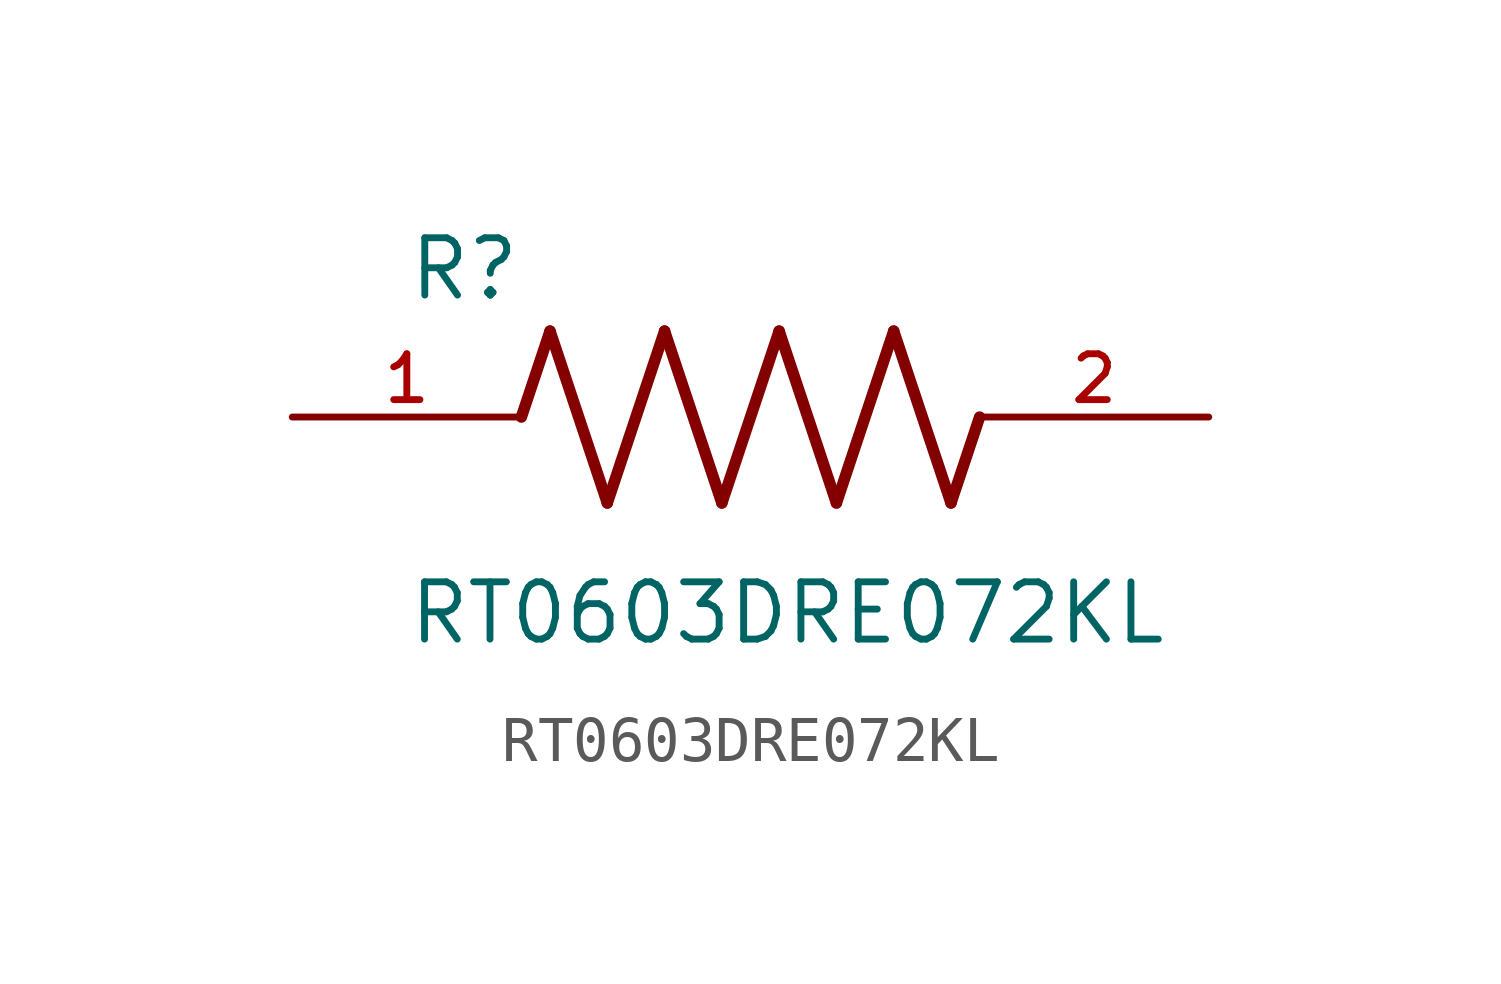
<source format=kicad_sym>
(kicad_symbol_lib
  (version 20211014)
  (generator kicad_symbol_editor)
  (symbol "RT0603DRE072KL"
    (pin_names
      (offset 1.016))
    (property "Reference" "R"
      (at -7.624 2.541 0)
      (effects (font (size 1.27 1.27)) (justify bottom left)))
    (property "Value" "RT0603DRE072KL"
      (at -7.63 -5.087 0)
      (effects (font (size 1.27 1.27)) (justify bottom left)))
    (symbol "RT0603DRE072KL_0_0"
      (polyline (pts (xy -5.08 0.0) (xy -4.445 1.905)) (stroke (width 0.254)))
      (polyline (pts (xy -4.445 1.905) (xy -3.175 -1.905)) (stroke (width 0.254)))
      (polyline (pts (xy -3.175 -1.905) (xy -1.905 1.905)) (stroke (width 0.254)))
      (polyline (pts (xy -1.905 1.905) (xy -0.635 -1.905)) (stroke (width 0.254)))
      (polyline (pts (xy -0.635 -1.905) (xy 0.635 1.905)) (stroke (width 0.254)))
      (polyline (pts (xy 0.635 1.905) (xy 1.905 -1.905)) (stroke (width 0.254)))
      (polyline (pts (xy 1.905 -1.905) (xy 3.175 1.905)) (stroke (width 0.254)))
      (polyline (pts (xy 3.175 1.905) (xy 4.445 -1.905)) (stroke (width 0.254)))
      (polyline (pts (xy 4.445 -1.905) (xy 5.08 0.0)) (stroke (width 0.254)))
      (pin passive line (at -10.16 0.0 0) (length 5.08) (name "~" (effects (font (size 1.016 1.016)))) (number "1" (effects (font (size 1.016 1.016)))))
      (pin passive line (at 10.16 0.0 180.0) (length 5.08) (name "~" (effects (font (size 1.016 1.016)))) (number "2" (effects (font (size 1.016 1.016))))))))
</source>
